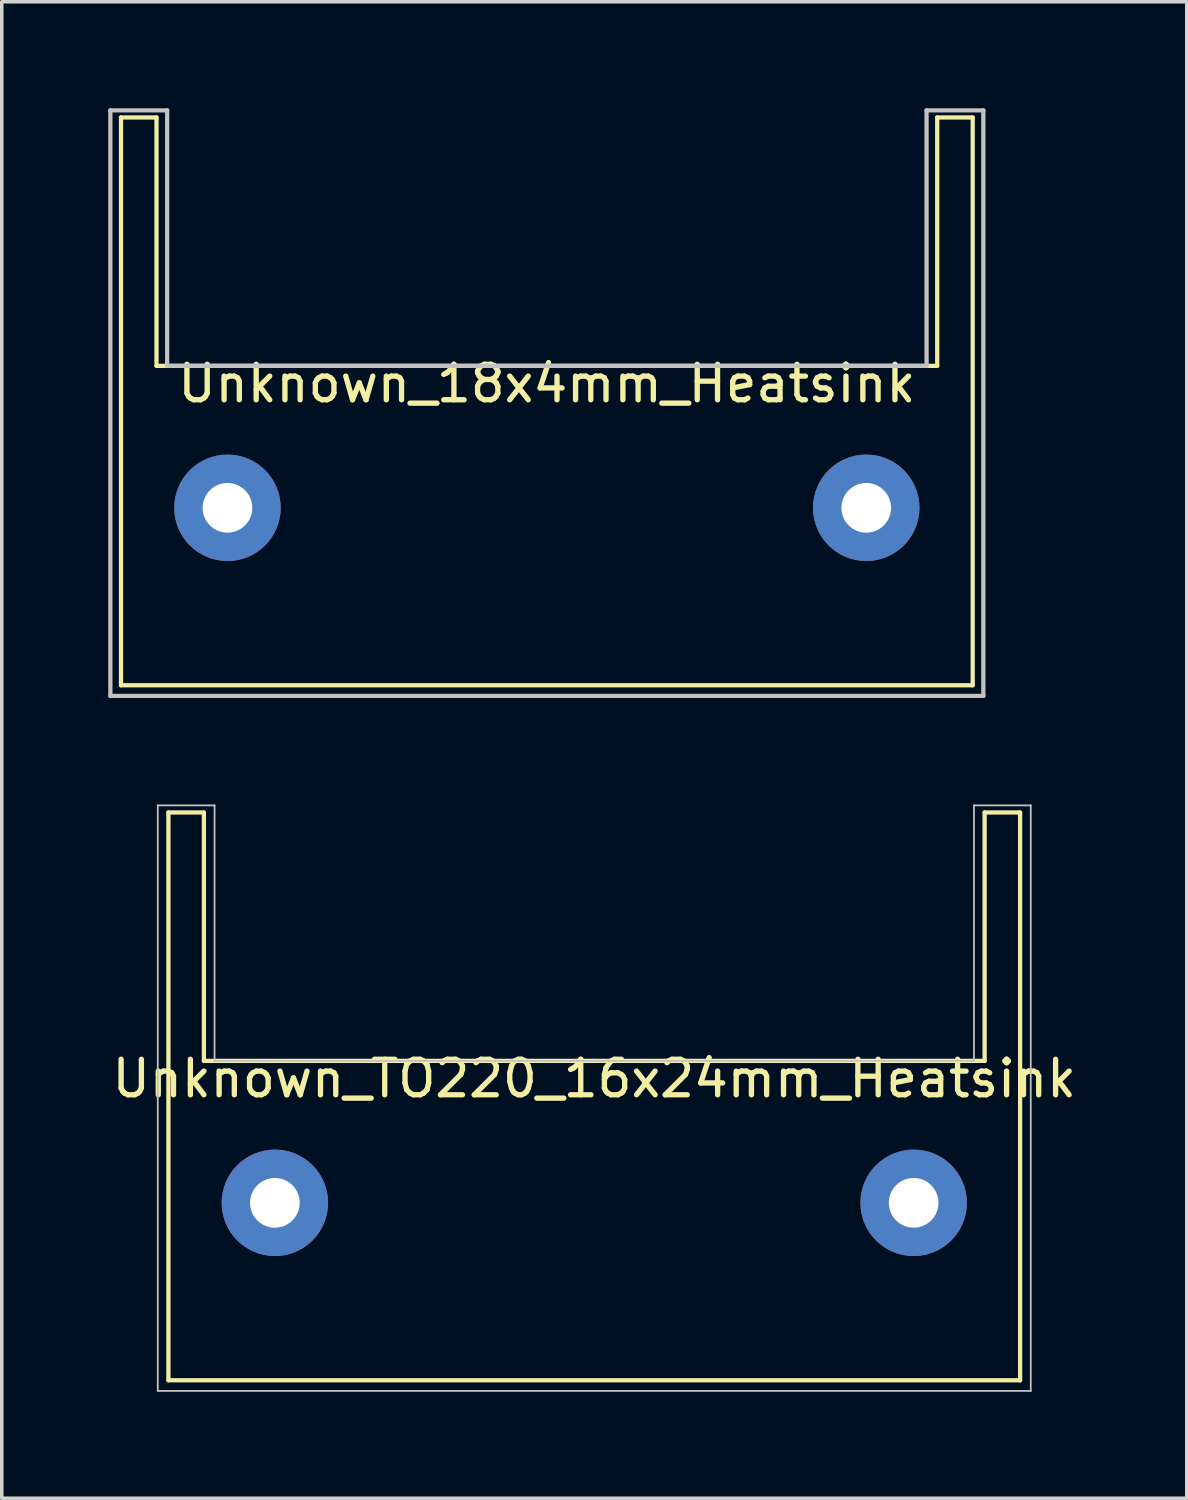
<source format=kicad_pcb>
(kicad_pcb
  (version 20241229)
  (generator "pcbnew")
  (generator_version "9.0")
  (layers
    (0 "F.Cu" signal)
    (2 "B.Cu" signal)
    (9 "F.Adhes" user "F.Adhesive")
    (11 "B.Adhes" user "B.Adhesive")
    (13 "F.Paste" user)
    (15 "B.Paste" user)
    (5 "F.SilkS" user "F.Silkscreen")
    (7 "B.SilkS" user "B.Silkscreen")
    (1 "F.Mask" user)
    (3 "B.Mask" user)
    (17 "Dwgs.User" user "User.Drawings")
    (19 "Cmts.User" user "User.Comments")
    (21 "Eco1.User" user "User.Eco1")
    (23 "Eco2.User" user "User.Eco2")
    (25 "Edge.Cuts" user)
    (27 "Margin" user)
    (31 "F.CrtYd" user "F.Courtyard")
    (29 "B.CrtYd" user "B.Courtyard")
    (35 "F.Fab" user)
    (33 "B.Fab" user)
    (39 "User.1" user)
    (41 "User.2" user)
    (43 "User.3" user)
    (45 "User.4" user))
  (footprint "Unknown_18x4mm_Heatsink"
    (layer "F.Cu")
    (at 12.36 7.26)
    (property "Reference" "Unknown_18x4mm_Heatsink" (at 0 0.5 0) (layer "F.SilkS") (effects (font (size 1 1) (thickness 0.15))))
    (attr through_hole)
    (fp_line (start -12 -7) (end -11 -7) (stroke (width 0.12) (type solid)) (layer "F.SilkS"))
    (fp_line (start -12 9) (end -12 -7) (stroke (width 0.12) (type solid)) (layer "F.SilkS"))
    (fp_line (start -11 -7) (end -11 0) (stroke (width 0.12) (type solid)) (layer "F.SilkS"))
    (fp_line (start -11 0) (end 0 0) (stroke (width 0.12) (type solid)) (layer "F.SilkS"))
    (fp_line (start 0 0) (end 11 0) (stroke (width 0.12) (type solid)) (layer "F.SilkS"))
    (fp_line (start 11 -7) (end 12 -7) (stroke (width 0.12) (type solid)) (layer "F.SilkS"))
    (fp_line (start 11 0) (end 11 -7) (stroke (width 0.12) (type solid)) (layer "F.SilkS"))
    (fp_line (start 12 -7) (end 12 9) (stroke (width 0.12) (type solid)) (layer "F.SilkS"))
    (fp_line (start 12 9) (end -12 9) (stroke (width 0.12) (type solid)) (layer "F.SilkS"))
    (fp_line (start -12.3 -7.2) (end -12.3 9.3) (stroke (width 0.12) (type solid)) (layer "Dwgs.User"))
    (fp_line (start -12.3 9.3) (end 12.3 9.3) (stroke (width 0.12) (type solid)) (layer "Dwgs.User"))
    (fp_line (start -10.7 -7.2) (end -12.3 -7.2) (stroke (width 0.12) (type solid)) (layer "Dwgs.User"))
    (fp_line (start -10.7 0) (end -10.7 -7.2) (stroke (width 0.12) (type solid)) (layer "Dwgs.User"))
    (fp_line (start 10.7 -7.2) (end 10.7 0) (stroke (width 0.12) (type solid)) (layer "Dwgs.User"))
    (fp_line (start 10.7 0) (end -10.7 0) (stroke (width 0.12) (type solid)) (layer "Dwgs.User"))
    (fp_line (start 12.3 -7.2) (end 10.7 -7.2) (stroke (width 0.12) (type solid)) (layer "Dwgs.User"))
    (fp_line (start 12.3 9.3) (end 12.3 -7.2) (stroke (width 0.12) (type solid)) (layer "Dwgs.User"))
    (pad "1" thru_hole circle (at -9 4) (size 3 3) (drill 1.4) (layers "*.Cu" "*.Mask"))
    (pad "2" thru_hole circle (at 9 4) (size 3 3) (drill 1.4) (layers "*.Cu" "*.Mask")))
  (footprint "Unknown_TO220_16x24mm_Heatsink"
    (layer "F.Cu")
    (at 13.696 26.845)
    (property "Reference" "Unknown_TO220_16x24mm_Heatsink" (at 0 0.5 0) (layer "F.SilkS") (effects (font (size 1 1) (thickness 0.15))))
    (attr through_hole)
    (fp_line (start -12 -7) (end -11 -7) (stroke (width 0.12) (type solid)) (layer "F.SilkS"))
    (fp_line (start -12 9) (end -12 -7) (stroke (width 0.12) (type solid)) (layer "F.SilkS"))
    (fp_line (start -11 -7) (end -11 0) (stroke (width 0.12) (type solid)) (layer "F.SilkS"))
    (fp_line (start -11 0) (end 0 0) (stroke (width 0.12) (type solid)) (layer "F.SilkS"))
    (fp_line (start 0 0) (end 11 0) (stroke (width 0.12) (type solid)) (layer "F.SilkS"))
    (fp_line (start 11 -7) (end 12 -7) (stroke (width 0.12) (type solid)) (layer "F.SilkS"))
    (fp_line (start 11 0) (end 11 -7) (stroke (width 0.12) (type solid)) (layer "F.SilkS"))
    (fp_line (start 12 -7) (end 12 9) (stroke (width 0.12) (type solid)) (layer "F.SilkS"))
    (fp_line (start 12 9) (end -12 9) (stroke (width 0.12) (type solid)) (layer "F.SilkS"))
    (fp_line (start -12.3 -7.2) (end -12.3 9.3) (stroke (width 0.05) (type solid)) (layer "Dwgs.User"))
    (fp_line (start -12.3 9.3) (end 12.3 9.3) (stroke (width 0.05) (type solid)) (layer "Dwgs.User"))
    (fp_line (start -10.7 -7.2) (end -12.3 -7.2) (stroke (width 0.05) (type solid)) (layer "Dwgs.User"))
    (fp_line (start -10.7 0) (end -10.7 -7.2) (stroke (width 0.05) (type solid)) (layer "Dwgs.User"))
    (fp_line (start 10.7 -7.2) (end 10.7 0) (stroke (width 0.05) (type solid)) (layer "Dwgs.User"))
    (fp_line (start 10.7 0) (end -10.7 0) (stroke (width 0.05) (type solid)) (layer "Dwgs.User"))
    (fp_line (start 12.3 -7.2) (end 10.7 -7.2) (stroke (width 0.05) (type solid)) (layer "Dwgs.User"))
    (fp_line (start 12.3 9.3) (end 12.3 -7.2) (stroke (width 0.05) (type solid)) (layer "Dwgs.User"))
    (pad "1" thru_hole circle (at -9 4) (size 3 3) (drill 1.4) (layers "*.Cu" "*.Mask"))
    (pad "2" thru_hole circle (at 9 4) (size 3 3) (drill 1.4) (layers "*.Cu" "*.Mask")))
  (gr_rect
    (start -3 -3)
    (end 30.393 39.17)
    (stroke (width 0.1) (type default))
    (fill no)
    (layer "Edge.Cuts")))
</source>
